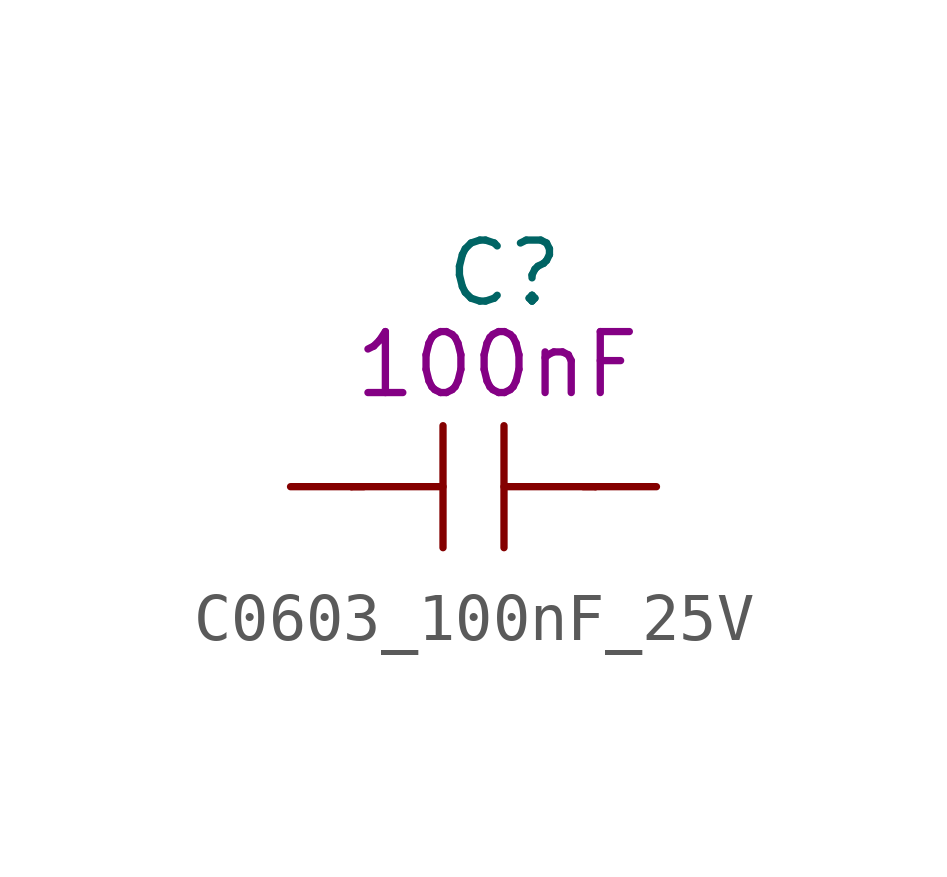
<source format=kicad_sym>
(kicad_symbol_lib
  (version 20211014)
  (generator kicad_symbol_editor)
  (symbol "C0603_100nF_25V"
    (pin_numbers hide)
    (pin_names
      (offset 1.016))
    (property "Reference" "C"
      (at -0.635 4.445 0)
      (effects (font (size 1.27 1.27)) (justify left)))
    (property "Symbol" "100nF"
      (at -2.54 2.54 0)
      (effects (font (size 1.27 1.27)) (justify left)))
    (symbol "C0603_100nF_25V_1_1"
      (polyline (pts (xy -2.54 0) (xy -0.635 0)) (stroke (width 0) (type default) (color 0 0 0 0)) (fill (type none)))
      (polyline (pts (xy -2.286 0) (xy -2.54 0)) (stroke (width 0) (type default) (color 0 0 0 0)) (fill (type none)))
      (polyline (pts (xy -0.635 1.27) (xy -0.635 -1.27)) (stroke (width 0) (type default) (color 0 0 0 0)) (fill (type none)))
      (polyline (pts (xy 0.635 0) (xy 2.54 0)) (stroke (width 0) (type default) (color 0 0 0 0)) (fill (type none)))
      (polyline (pts (xy 0.635 1.27) (xy 0.635 -1.27)) (stroke (width 0) (type default) (color 0 0 0 0)) (fill (type none)))
      (polyline (pts (xy 2.286 0) (xy 2.54 0)) (stroke (width 0) (type default) (color 0 0 0 0)) (fill (type none)))
      (pin passive line (at -3.81 0 0) (length 1.27) (name "~" (effects (font (size 1.27 1.27)))) (number "1" (effects (font (size 1.27 1.27)))))
      (pin passive line (at 3.81 0 180) (length 1.27) (name "~" (effects (font (size 1.27 1.27)))) (number "2" (effects (font (size 1.27 1.27))))))))
</source>
